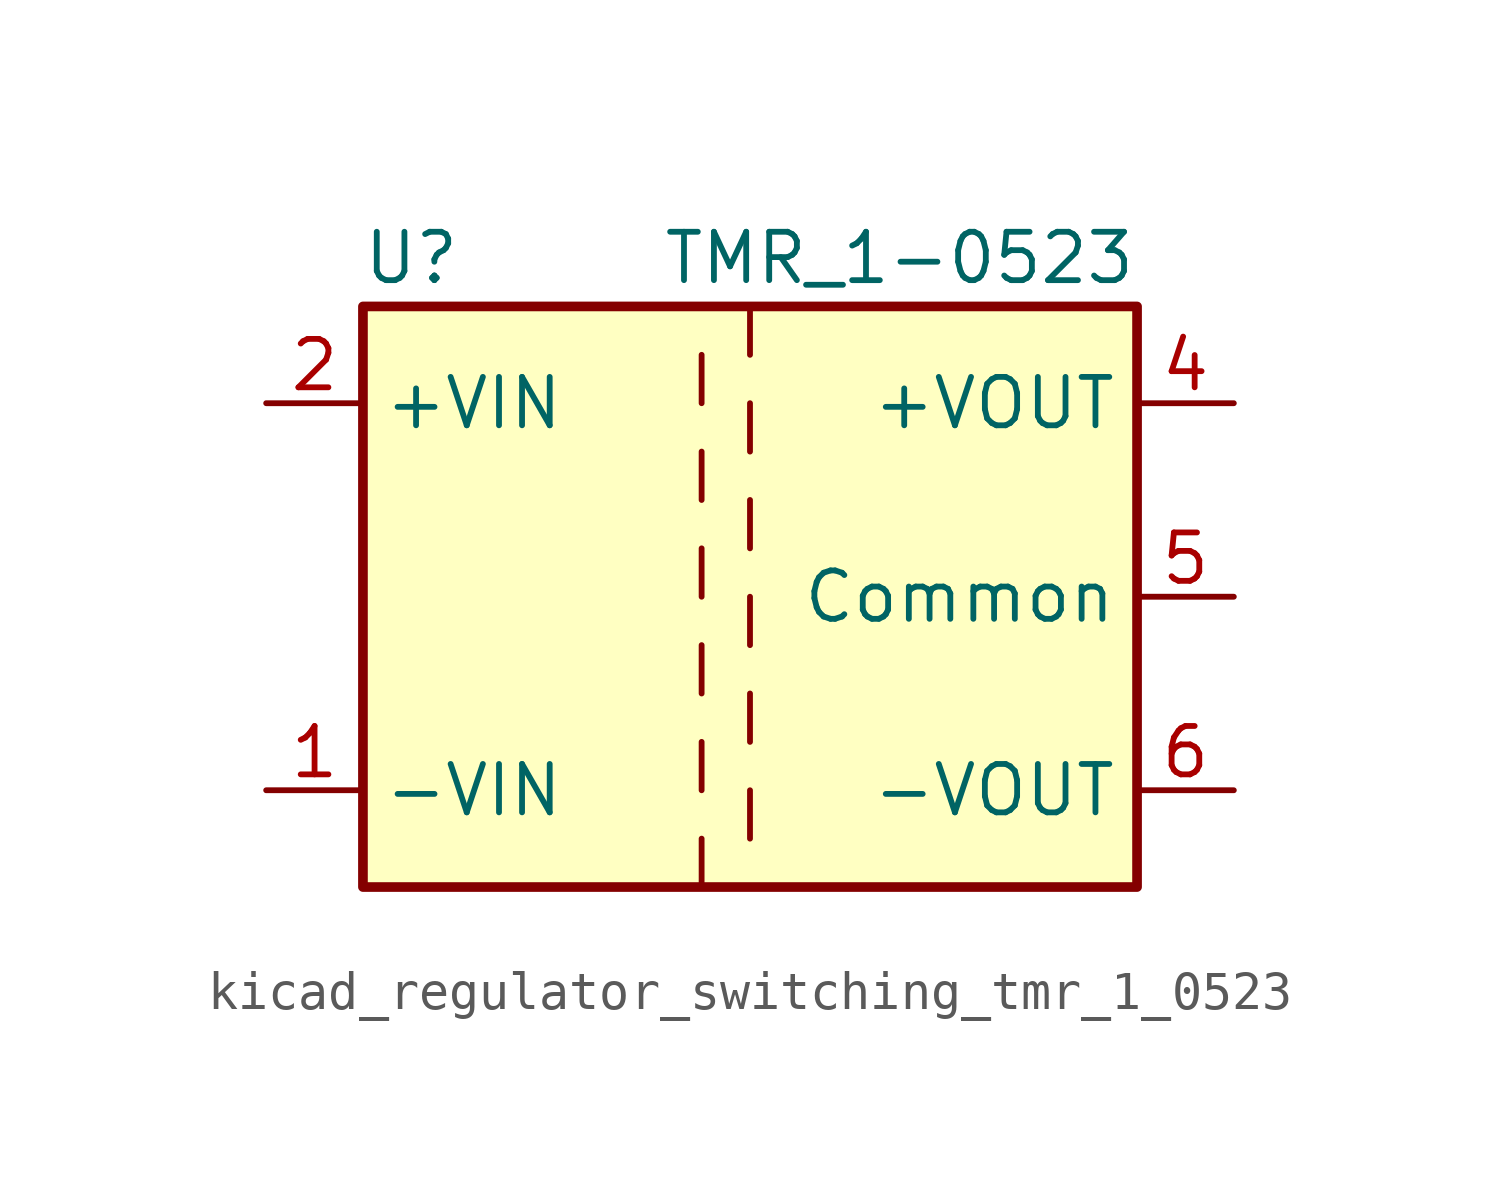
<source format=kicad_sym>
(kicad_symbol_lib
  (version 20220914)
  (generator kicad_symbol_editor)
  (symbol "kicad_regulator_switching_tmr_1_0523"
    (property "Reference" "U"
      (at -8.89 8.89 0)
      (effects (font (size 1.27 1.27))))
    (property "Value" "TMR_1-0523"
      (at 10.16 8.89 0)
      (effects (font (size 1.27 1.27)) (justify right)))
    (symbol "kicad_regulator_switching_tmr_1_0523_0_1"
      (rectangle (start -10.16 7.62) (end 10.16 -7.62) (stroke (width 0.254) (type default)) (fill (type background)))
      (polyline (pts (xy -1.27 -6.35) (xy -1.27 -7.62)) (stroke (width 0) (type default)) (fill (type none)))
      (polyline (pts (xy -1.27 -3.81) (xy -1.27 -5.08)) (stroke (width 0) (type default)) (fill (type none)))
      (polyline (pts (xy -1.27 -1.27) (xy -1.27 -2.54)) (stroke (width 0) (type default)) (fill (type none)))
      (polyline (pts (xy -1.27 1.27) (xy -1.27 0)) (stroke (width 0) (type default)) (fill (type none)))
      (polyline (pts (xy -1.27 3.81) (xy -1.27 2.54)) (stroke (width 0) (type default)) (fill (type none)))
      (polyline (pts (xy -1.27 6.35) (xy -1.27 5.08)) (stroke (width 0) (type default)) (fill (type none)))
      (polyline (pts (xy 0 -5.08) (xy 0 -6.35)) (stroke (width 0) (type default)) (fill (type none)))
      (polyline (pts (xy 0 -2.54) (xy 0 -3.81)) (stroke (width 0) (type default)) (fill (type none)))
      (polyline (pts (xy 0 0) (xy 0 -1.27)) (stroke (width 0) (type default)) (fill (type none)))
      (polyline (pts (xy 0 2.54) (xy 0 1.27)) (stroke (width 0) (type default)) (fill (type none)))
      (polyline (pts (xy 0 5.08) (xy 0 3.81)) (stroke (width 0) (type default)) (fill (type none)))
      (polyline (pts (xy 0 7.62) (xy 0 6.35)) (stroke (width 0) (type default)) (fill (type none))))
    (symbol "kicad_regulator_switching_tmr_1_0523_1_1"
      (pin power_in line (at -12.7 -5.08 0) (length 2.54) (name "-VIN" (effects (font (size 1.27 1.27)))) (number "1" (effects (font (size 1.27 1.27)))))
      (pin power_in line (at -12.7 5.08 0) (length 2.54) (name "+VIN" (effects (font (size 1.27 1.27)))) (number "2" (effects (font (size 1.27 1.27)))))
      (pin power_out line (at 12.7 5.08 180) (length 2.54) (name "+VOUT" (effects (font (size 1.27 1.27)))) (number "4" (effects (font (size 1.27 1.27)))))
      (pin power_out line (at 12.7 0 180) (length 2.54) (name "Common" (effects (font (size 1.27 1.27)))) (number "5" (effects (font (size 1.27 1.27)))))
      (pin power_out line (at 12.7 -5.08 180) (length 2.54) (name "-VOUT" (effects (font (size 1.27 1.27)))) (number "6" (effects (font (size 1.27 1.27))))))))
</source>
